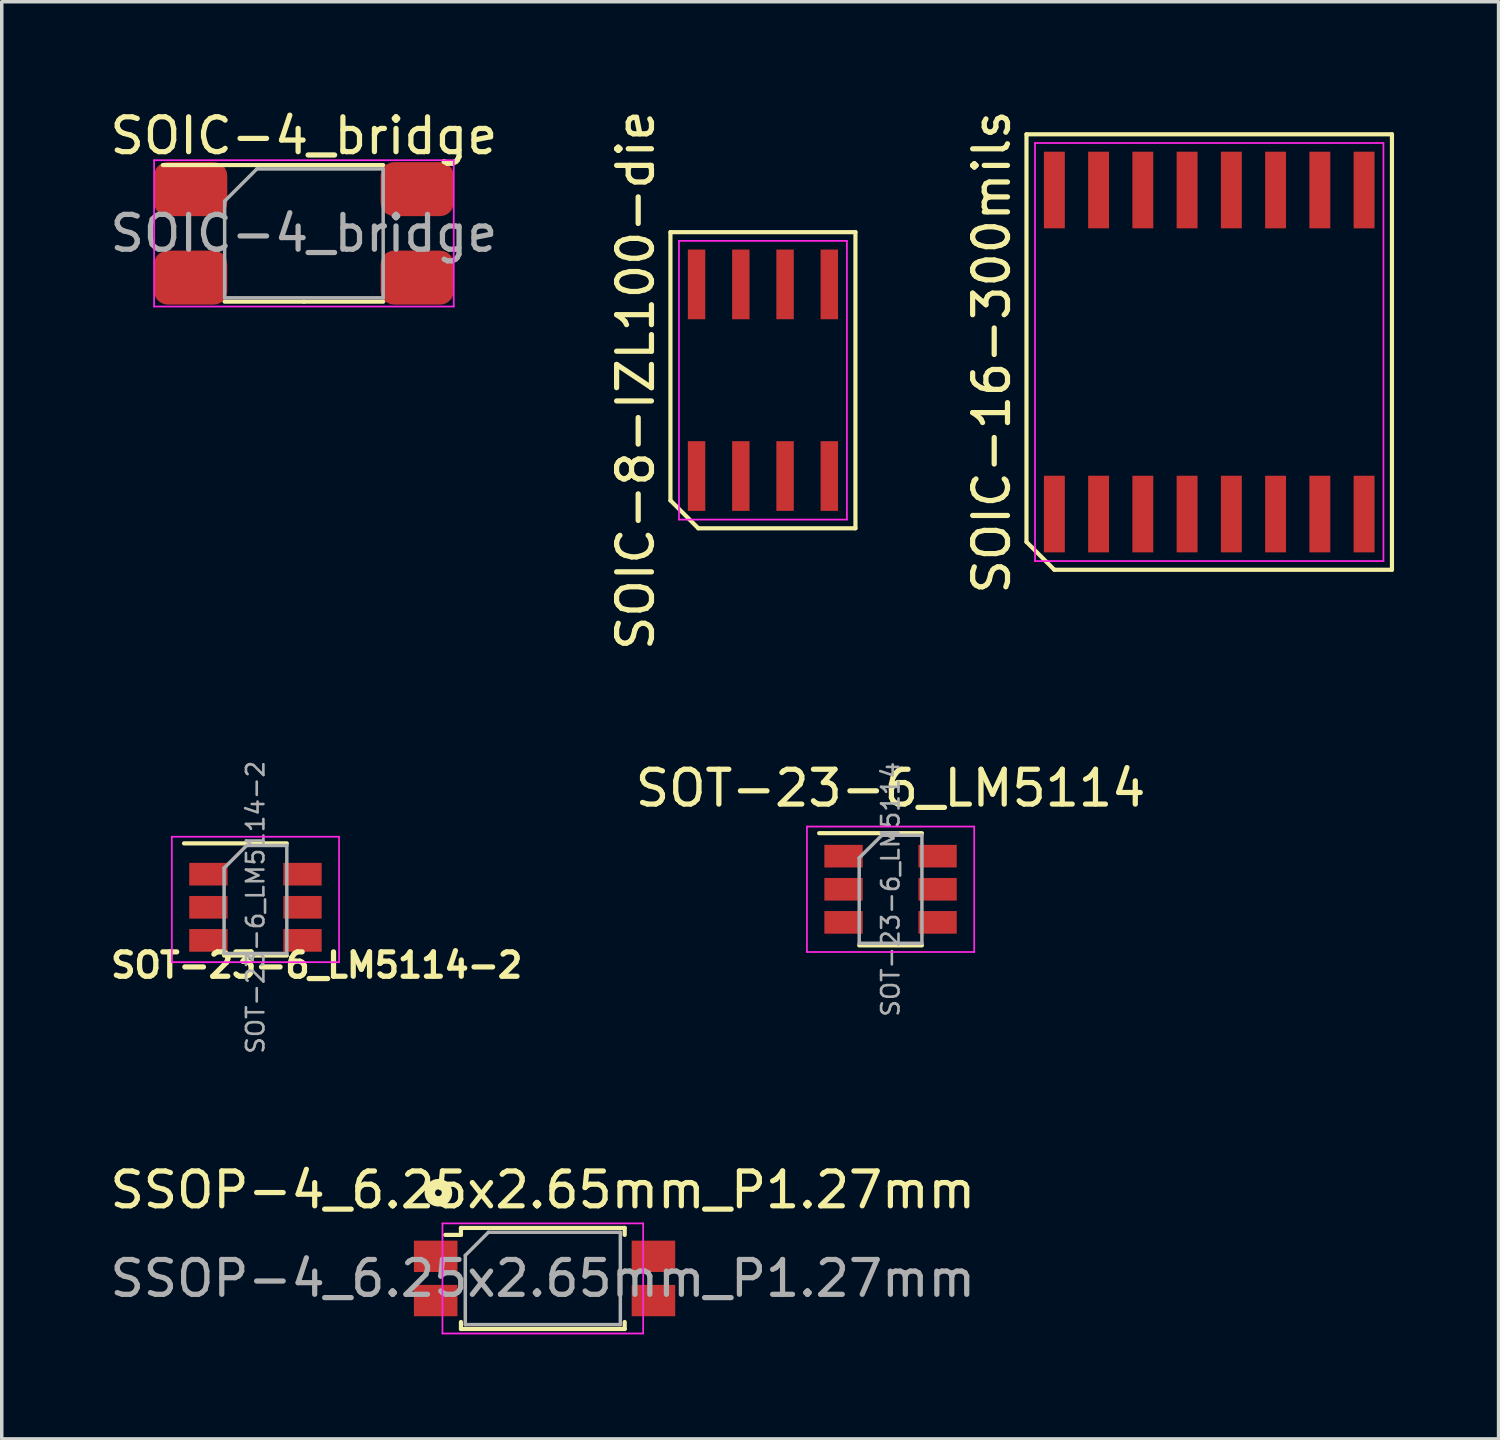
<source format=kicad_pcb>
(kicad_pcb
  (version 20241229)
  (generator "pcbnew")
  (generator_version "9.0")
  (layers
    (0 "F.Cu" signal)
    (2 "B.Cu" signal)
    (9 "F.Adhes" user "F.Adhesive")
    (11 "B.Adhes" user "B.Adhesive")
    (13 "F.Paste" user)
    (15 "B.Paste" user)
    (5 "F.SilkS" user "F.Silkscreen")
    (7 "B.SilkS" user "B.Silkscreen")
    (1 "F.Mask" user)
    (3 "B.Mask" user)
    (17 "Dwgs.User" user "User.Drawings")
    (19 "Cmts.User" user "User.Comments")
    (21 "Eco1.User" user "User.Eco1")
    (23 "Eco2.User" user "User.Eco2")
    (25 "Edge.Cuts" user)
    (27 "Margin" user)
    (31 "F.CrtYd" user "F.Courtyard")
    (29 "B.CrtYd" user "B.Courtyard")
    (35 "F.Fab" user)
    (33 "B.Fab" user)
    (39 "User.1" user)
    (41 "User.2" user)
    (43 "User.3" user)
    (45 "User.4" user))
  (footprint "SOT-23-6_LM5114"
    (layer "F.Cu")
    (at 22.511 22.474)
    (property "Reference" "SOT-23-6_LM5114" (at 0 -2.9 0) (layer "F.SilkS") (effects (font (size 1 1) (thickness 0.15))))
    (attr smd)
    (fp_line (start -0.9 1.61) (end 0.9 1.61) (stroke (width 0.12) (type solid)) (layer "F.SilkS"))
    (fp_line (start 0.9 -1.61) (end -2.05 -1.61) (stroke (width 0.12) (type solid)) (layer "F.SilkS"))
    (fp_line (start -2.4 -1.8) (end 2.4 -1.8) (stroke (width 0.05) (type solid)) (layer "F.CrtYd"))
    (fp_line (start -2.4 1.8) (end -2.4 -1.8) (stroke (width 0.05) (type solid)) (layer "F.CrtYd"))
    (fp_line (start 2.4 -1.8) (end 2.4 1.8) (stroke (width 0.05) (type solid)) (layer "F.CrtYd"))
    (fp_line (start 2.4 1.8) (end -2.4 1.8) (stroke (width 0.05) (type solid)) (layer "F.CrtYd"))
    (fp_line (start -0.9 -0.9) (end -0.9 1.55) (stroke (width 0.1) (type solid)) (layer "F.Fab"))
    (fp_line (start -0.9 -0.9) (end -0.25 -1.55) (stroke (width 0.1) (type solid)) (layer "F.Fab"))
    (fp_line (start 0.9 -1.55) (end -0.25 -1.55) (stroke (width 0.1) (type solid)) (layer "F.Fab"))
    (fp_line (start 0.9 -1.55) (end 0.9 1.55) (stroke (width 0.1) (type solid)) (layer "F.Fab"))
    (fp_line (start 0.9 1.55) (end -0.9 1.55) (stroke (width 0.1) (type solid)) (layer "F.Fab"))
    (fp_text user "${REFERENCE}" (at 0 0 90) (layer "F.Fab") (effects (font (size 0.5 0.5) (thickness 0.075))))
    (pad "1" smd rect (at -1.35 -0.95) (size 1.1 0.65) (layers "F.Cu" "F.Mask" "F.Paste"))
    (pad "2" smd rect (at -1.35 0) (size 1.1 0.65) (layers "F.Cu" "F.Mask" "F.Paste"))
    (pad "3" smd rect (at -1.35 0.95) (size 1.1 0.65) (layers "F.Cu" "F.Mask" "F.Paste"))
    (pad "4" smd rect (at 1.35 0.95) (size 1.1 0.65) (layers "F.Cu" "F.Mask" "F.Paste"))
    (pad "5" smd rect (at 1.35 0) (size 1.1 0.65) (layers "F.Cu" "F.Mask" "F.Paste"))
    (pad "6" smd rect (at 1.35 -0.95) (size 1.1 0.65) (layers "F.Cu" "F.Mask" "F.Paste")))
  (footprint "SOT-23-6_LM5114-2"
    (layer "F.Cu")
    (at 4.282 22.516)
    (property "Reference" "SOT-23-6_LM5114-2" (at 1.757 2.138 180) (layer "F.SilkS") (effects (font (size 0.7 0.7) (thickness 0.15))))
    (attr smd)
    (fp_line (start -0.9 1.86) (end 0.9 1.86) (stroke (width 0.12) (type solid)) (layer "F.SilkS"))
    (fp_line (start 0.9 -1.36) (end -2.05 -1.36) (stroke (width 0.12) (type solid)) (layer "F.SilkS"))
    (fp_line (start -2.4 -1.55) (end 2.4 -1.55) (stroke (width 0.05) (type solid)) (layer "F.CrtYd"))
    (fp_line (start -2.4 2.05) (end -2.4 -1.55) (stroke (width 0.05) (type solid)) (layer "F.CrtYd"))
    (fp_line (start 2.4 -1.55) (end 2.4 2.05) (stroke (width 0.05) (type solid)) (layer "F.CrtYd"))
    (fp_line (start 2.4 2.05) (end -2.4 2.05) (stroke (width 0.05) (type solid)) (layer "F.CrtYd"))
    (fp_line (start -0.9 -0.65) (end -0.9 1.8) (stroke (width 0.1) (type solid)) (layer "F.Fab"))
    (fp_line (start -0.9 -0.65) (end -0.25 -1.3) (stroke (width 0.1) (type solid)) (layer "F.Fab"))
    (fp_line (start 0.9 -1.3) (end -0.25 -1.3) (stroke (width 0.1) (type solid)) (layer "F.Fab"))
    (fp_line (start 0.9 -1.3) (end 0.9 1.8) (stroke (width 0.1) (type solid)) (layer "F.Fab"))
    (fp_line (start 0.9 1.8) (end -0.9 1.8) (stroke (width 0.1) (type solid)) (layer "F.Fab"))
    (fp_text user "${REFERENCE}" (at 0 0.475 270) (layer "F.Fab") (effects (font (size 0.5 0.5) (thickness 0.075))))
    (pad "1" smd rect (at -1.35 -0.475) (size 1.1 0.65) (layers "F.Cu" "F.Mask" "F.Paste"))
    (pad "2" smd rect (at -1.35 0.475) (size 1.1 0.65) (layers "F.Cu" "F.Mask" "F.Paste"))
    (pad "3" smd rect (at -1.35 1.425) (size 1.1 0.65) (layers "F.Cu" "F.Mask" "F.Paste"))
    (pad "4" smd rect (at 1.35 1.425) (size 1.1 0.65) (layers "F.Cu" "F.Mask" "F.Paste"))
    (pad "5" smd rect (at 1.35 0.475) (size 1.1 0.65) (layers "F.Cu" "F.Mask" "F.Paste"))
    (pad "6" smd rect (at 1.35 -0.475) (size 1.1 0.65) (layers "F.Cu" "F.Mask" "F.Paste")))
  (footprint "SOIC-4_bridge"
    (layer "F.Cu")
    (at 5.673 3.648)
    (property "Reference" "SOIC-4_bridge" (at 0 -2.8 0) (layer "F.SilkS") (effects (font (size 1 1) (thickness 0.15))))
    (attr smd)
    (fp_line (start 0 -1.96) (end -4.05 -1.96) (stroke (width 0.12) (type solid)) (layer "F.SilkS"))
    (fp_line (start 0 -1.96) (end 2.275 -1.96) (stroke (width 0.12) (type solid)) (layer "F.SilkS"))
    (fp_line (start 0 1.96) (end -2.275 1.96) (stroke (width 0.12) (type solid)) (layer "F.SilkS"))
    (fp_line (start 0 1.96) (end 2.275 1.96) (stroke (width 0.12) (type solid)) (layer "F.SilkS"))
    (fp_line (start -4.3 -2.1) (end -4.3 2.1) (stroke (width 0.05) (type solid)) (layer "F.CrtYd"))
    (fp_line (start -4.3 2.1) (end 4.3 2.1) (stroke (width 0.05) (type solid)) (layer "F.CrtYd"))
    (fp_line (start 4.3 -2.1) (end -4.3 -2.1) (stroke (width 0.05) (type solid)) (layer "F.CrtYd"))
    (fp_line (start 4.3 2.1) (end 4.3 -2.1) (stroke (width 0.05) (type solid)) (layer "F.CrtYd"))
    (fp_line (start -2.275 -0.925) (end -1.35 -1.85) (stroke (width 0.1) (type solid)) (layer "F.Fab"))
    (fp_line (start -2.275 1.85) (end -2.275 -0.925) (stroke (width 0.1) (type solid)) (layer "F.Fab"))
    (fp_line (start -1.35 -1.85) (end 2.275 -1.85) (stroke (width 0.1) (type solid)) (layer "F.Fab"))
    (fp_line (start 2.275 -1.85) (end 2.275 1.85) (stroke (width 0.1) (type solid)) (layer "F.Fab"))
    (fp_line (start 2.275 1.85) (end -2.275 1.85) (stroke (width 0.1) (type solid)) (layer "F.Fab"))
    (fp_text user "${REFERENCE}" (at 0 0 0) (layer "F.Fab") (effects (font (size 1 1) (thickness 0.15))))
    (pad "1" smd roundrect (at -3.25 -1.27) (size 2.1 1.55) (layers "F.Cu" "F.Mask" "F.Paste") (roundrect_rratio 0.25))
    (pad "2" smd roundrect (at -3.25 1.27) (size 2.1 1.55) (layers "F.Cu" "F.Mask" "F.Paste") (roundrect_rratio 0.25))
    (pad "AC1" smd roundrect (at 3.25 -1.27) (size 2.1 1.55) (layers "F.Cu" "F.Mask" "F.Paste") (roundrect_rratio 0.25))
    (pad "AC2" smd roundrect (at 3.25 1.27) (size 2.1 1.55) (layers "F.Cu" "F.Mask" "F.Paste") (roundrect_rratio 0.25)))
  (footprint "SOIC-8-IZL100-die"
    (layer "F.Cu")
    (at 18.848 7.863)
    (property "Reference" "SOIC-8-IZL100-die" (at -3.655 0 90) (layer "F.SilkS") (effects (font (size 1 1) (thickness 0.15))))
    (attr smd)
    (fp_line (start -2.655 -4.25) (end 2.655 -4.25) (stroke (width 0.12) (type solid)) (layer "F.SilkS"))
    (fp_line (start -2.655 3.45) (end -2.655 -4.25) (stroke (width 0.12) (type solid)) (layer "F.SilkS"))
    (fp_line (start -1.855 4.25) (end -2.655 3.45) (stroke (width 0.12) (type solid)) (layer "F.SilkS"))
    (fp_line (start 2.655 -4.25) (end 2.655 4.25) (stroke (width 0.12) (type solid)) (layer "F.SilkS"))
    (fp_line (start 2.655 4.25) (end -1.855 4.25) (stroke (width 0.12) (type solid)) (layer "F.SilkS"))
    (fp_line (start -2.41 -4) (end 2.41 -4) (stroke (width 0.05) (type solid)) (layer "F.CrtYd"))
    (fp_line (start -2.41 4) (end -2.41 -4) (stroke (width 0.05) (type solid)) (layer "F.CrtYd"))
    (fp_line (start 2.41 -4) (end 2.41 4) (stroke (width 0.05) (type solid)) (layer "F.CrtYd"))
    (fp_line (start 2.41 4) (end -2.41 4) (stroke (width 0.05) (type solid)) (layer "F.CrtYd"))
    (pad "1" smd rect (at -1.905 2.75) (size 0.5 2) (layers "F.Cu" "F.Mask" "F.Paste"))
    (pad "2" smd rect (at -0.635 2.75) (size 0.5 2) (layers "F.Cu" "F.Mask" "F.Paste"))
    (pad "3" smd rect (at 0.635 2.75) (size 0.5 2) (layers "F.Cu" "F.Mask" "F.Paste"))
    (pad "4" smd rect (at 1.905 2.75) (size 0.5 2) (layers "F.Cu" "F.Mask" "F.Paste"))
    (pad "5" smd rect (at 1.905 -2.75) (size 0.5 2) (layers "F.Cu" "F.Mask" "F.Paste"))
    (pad "6" smd rect (at 0.635 -2.75) (size 0.5 2) (layers "F.Cu" "F.Mask" "F.Paste"))
    (pad "7" smd rect (at -0.635 -2.75) (size 0.5 2) (layers "F.Cu" "F.Mask" "F.Paste"))
    (pad "8" smd rect (at -1.905 -2.75) (size 0.5 2) (layers "F.Cu" "F.Mask" "F.Paste")))
  (footprint "SSOP-4_6.25x2.65mm_P1.27mm"
    (layer "F.Cu")
    (at 12.53 33.644)
    (property "Reference" "SSOP-4_6.25x2.65mm_P1.27mm" (at 0 -2.54 0) (layer "F.SilkS") (effects (font (size 1 1) (thickness 0.15))))
    (attr smd)
    (fp_line (start -2.35 -1.45) (end -2.35 -1.25) (stroke (width 0.12) (type solid)) (layer "F.SilkS"))
    (fp_line (start -2.35 -1.25) (end -2.8 -1.25) (stroke (width 0.12) (type solid)) (layer "F.SilkS"))
    (fp_line (start -2.35 1.25) (end -2.35 1.45) (stroke (width 0.12) (type solid)) (layer "F.SilkS"))
    (fp_line (start -2.35 1.45) (end 2.35 1.45) (stroke (width 0.12) (type solid)) (layer "F.SilkS"))
    (fp_line (start 2.35 -1.45) (end -2.35 -1.45) (stroke (width 0.12) (type solid)) (layer "F.SilkS"))
    (fp_line (start 2.35 -1.25) (end 2.35 -1.45) (stroke (width 0.12) (type solid)) (layer "F.SilkS"))
    (fp_line (start 2.35 1.45) (end 2.35 1.25) (stroke (width 0.12) (type solid)) (layer "F.SilkS"))
    (fp_circle (center -2.997 -2.46) (end -2.75 -2.46) (stroke (width 0.3) (type solid)) (fill no) (layer "F.SilkS"))
    (fp_line (start -2.88 -1.58) (end -2.88 1.58) (stroke (width 0.05) (type solid)) (layer "F.CrtYd"))
    (fp_line (start -2.88 -1.58) (end 2.88 -1.58) (stroke (width 0.05) (type solid)) (layer "F.CrtYd"))
    (fp_line (start -2.88 1.58) (end 2.88 1.58) (stroke (width 0.05) (type solid)) (layer "F.CrtYd"))
    (fp_line (start 2.88 -1.58) (end 2.88 1.58) (stroke (width 0.05) (type solid)) (layer "F.CrtYd"))
    (fp_line (start -2.225 -0.662) (end -2.225 1.325) (stroke (width 0.1) (type solid)) (layer "F.Fab"))
    (fp_line (start -2.225 -0.662) (end -1.562 -1.325) (stroke (width 0.1) (type solid)) (layer "F.Fab"))
    (fp_line (start -2.225 1.325) (end 2.225 1.325) (stroke (width 0.1) (type solid)) (layer "F.Fab"))
    (fp_line (start -1.562 -1.325) (end 2.225 -1.325) (stroke (width 0.1) (type solid)) (layer "F.Fab"))
    (fp_line (start 2.225 -1.325) (end 2.225 1.325) (stroke (width 0.1) (type solid)) (layer "F.Fab"))
    (fp_text user "${REFERENCE}" (at 0 0 0) (layer "F.Fab") (effects (font (size 1 1) (thickness 0.15))))
    (pad "1" smd rect (at -3.075 -0.635) (size 1.25 0.9) (layers "F.Cu" "F.Mask" "F.Paste"))
    (pad "2" smd rect (at -3.075 0.635) (size 1.25 0.9) (layers "F.Cu" "F.Mask" "F.Paste"))
    (pad "3" smd rect (at 3.175 0.635) (size 1.25 0.9) (layers "F.Cu" "F.Mask" "F.Paste"))
    (pad "4" smd rect (at 3.175 -0.635) (size 1.25 0.9) (layers "F.Cu" "F.Mask" "F.Paste")))
  (footprint "SOIC-16-300mils"
    (layer "F.Cu")
    (at 31.657 7.054)
    (property "Reference" "SOIC-16-300mils" (at -6.245 0 90) (layer "F.SilkS") (effects (font (size 1 1) (thickness 0.15))))
    (attr smd)
    (fp_line (start -5.245 -6.25) (end 5.245 -6.25) (stroke (width 0.12) (type solid)) (layer "F.SilkS"))
    (fp_line (start -5.245 5.45) (end -5.245 -6.25) (stroke (width 0.12) (type solid)) (layer "F.SilkS"))
    (fp_line (start -4.445 6.25) (end -5.245 5.45) (stroke (width 0.12) (type solid)) (layer "F.SilkS"))
    (fp_line (start 5.245 -6.25) (end 5.245 6.25) (stroke (width 0.12) (type solid)) (layer "F.SilkS"))
    (fp_line (start 5.245 6.25) (end -4.445 6.25) (stroke (width 0.12) (type solid)) (layer "F.SilkS"))
    (fp_line (start -5 -6) (end 5 -6) (stroke (width 0.05) (type solid)) (layer "F.CrtYd"))
    (fp_line (start -5 6) (end -5 -6) (stroke (width 0.05) (type solid)) (layer "F.CrtYd"))
    (fp_line (start 5 -6) (end 5 6) (stroke (width 0.05) (type solid)) (layer "F.CrtYd"))
    (fp_line (start 5 6) (end -5 6) (stroke (width 0.05) (type solid)) (layer "F.CrtYd"))
    (pad "1" smd rect (at -4.445 4.65) (size 0.6 2.2) (layers "F.Cu" "F.Mask" "F.Paste"))
    (pad "2" smd rect (at -3.175 4.65) (size 0.6 2.2) (layers "F.Cu" "F.Mask" "F.Paste"))
    (pad "3" smd rect (at -1.905 4.65) (size 0.6 2.2) (layers "F.Cu" "F.Mask" "F.Paste"))
    (pad "4" smd rect (at -0.635 4.65) (size 0.6 2.2) (layers "F.Cu" "F.Mask" "F.Paste"))
    (pad "5" smd rect (at 0.635 4.65) (size 0.6 2.2) (layers "F.Cu" "F.Mask" "F.Paste"))
    (pad "6" smd rect (at 1.905 4.65) (size 0.6 2.2) (layers "F.Cu" "F.Mask" "F.Paste"))
    (pad "7" smd rect (at 3.175 4.65) (size 0.6 2.2) (layers "F.Cu" "F.Mask" "F.Paste"))
    (pad "8" smd rect (at 4.445 4.65) (size 0.6 2.2) (layers "F.Cu" "F.Mask" "F.Paste"))
    (pad "9" smd rect (at 4.445 -4.65) (size 0.6 2.2) (layers "F.Cu" "F.Mask" "F.Paste"))
    (pad "10" smd rect (at 3.175 -4.65) (size 0.6 2.2) (layers "F.Cu" "F.Mask" "F.Paste"))
    (pad "11" smd rect (at 1.905 -4.65) (size 0.6 2.2) (layers "F.Cu" "F.Mask" "F.Paste"))
    (pad "12" smd rect (at 0.635 -4.65) (size 0.6 2.2) (layers "F.Cu" "F.Mask" "F.Paste"))
    (pad "13" smd rect (at -0.635 -4.65) (size 0.6 2.2) (layers "F.Cu" "F.Mask" "F.Paste"))
    (pad "14" smd rect (at -1.905 -4.65) (size 0.6 2.2) (layers "F.Cu" "F.Mask" "F.Paste"))
    (pad "15" smd rect (at -3.175 -4.65) (size 0.6 2.2) (layers "F.Cu" "F.Mask" "F.Paste"))
    (pad "16" smd rect (at -4.445 -4.65) (size 0.6 2.2) (layers "F.Cu" "F.Mask" "F.Paste")))
  (gr_rect
    (start -3 -3)
    (end 39.962 38.249)
    (stroke (width 0.1) (type default))
    (fill no)
    (layer "Edge.Cuts")))
</source>
